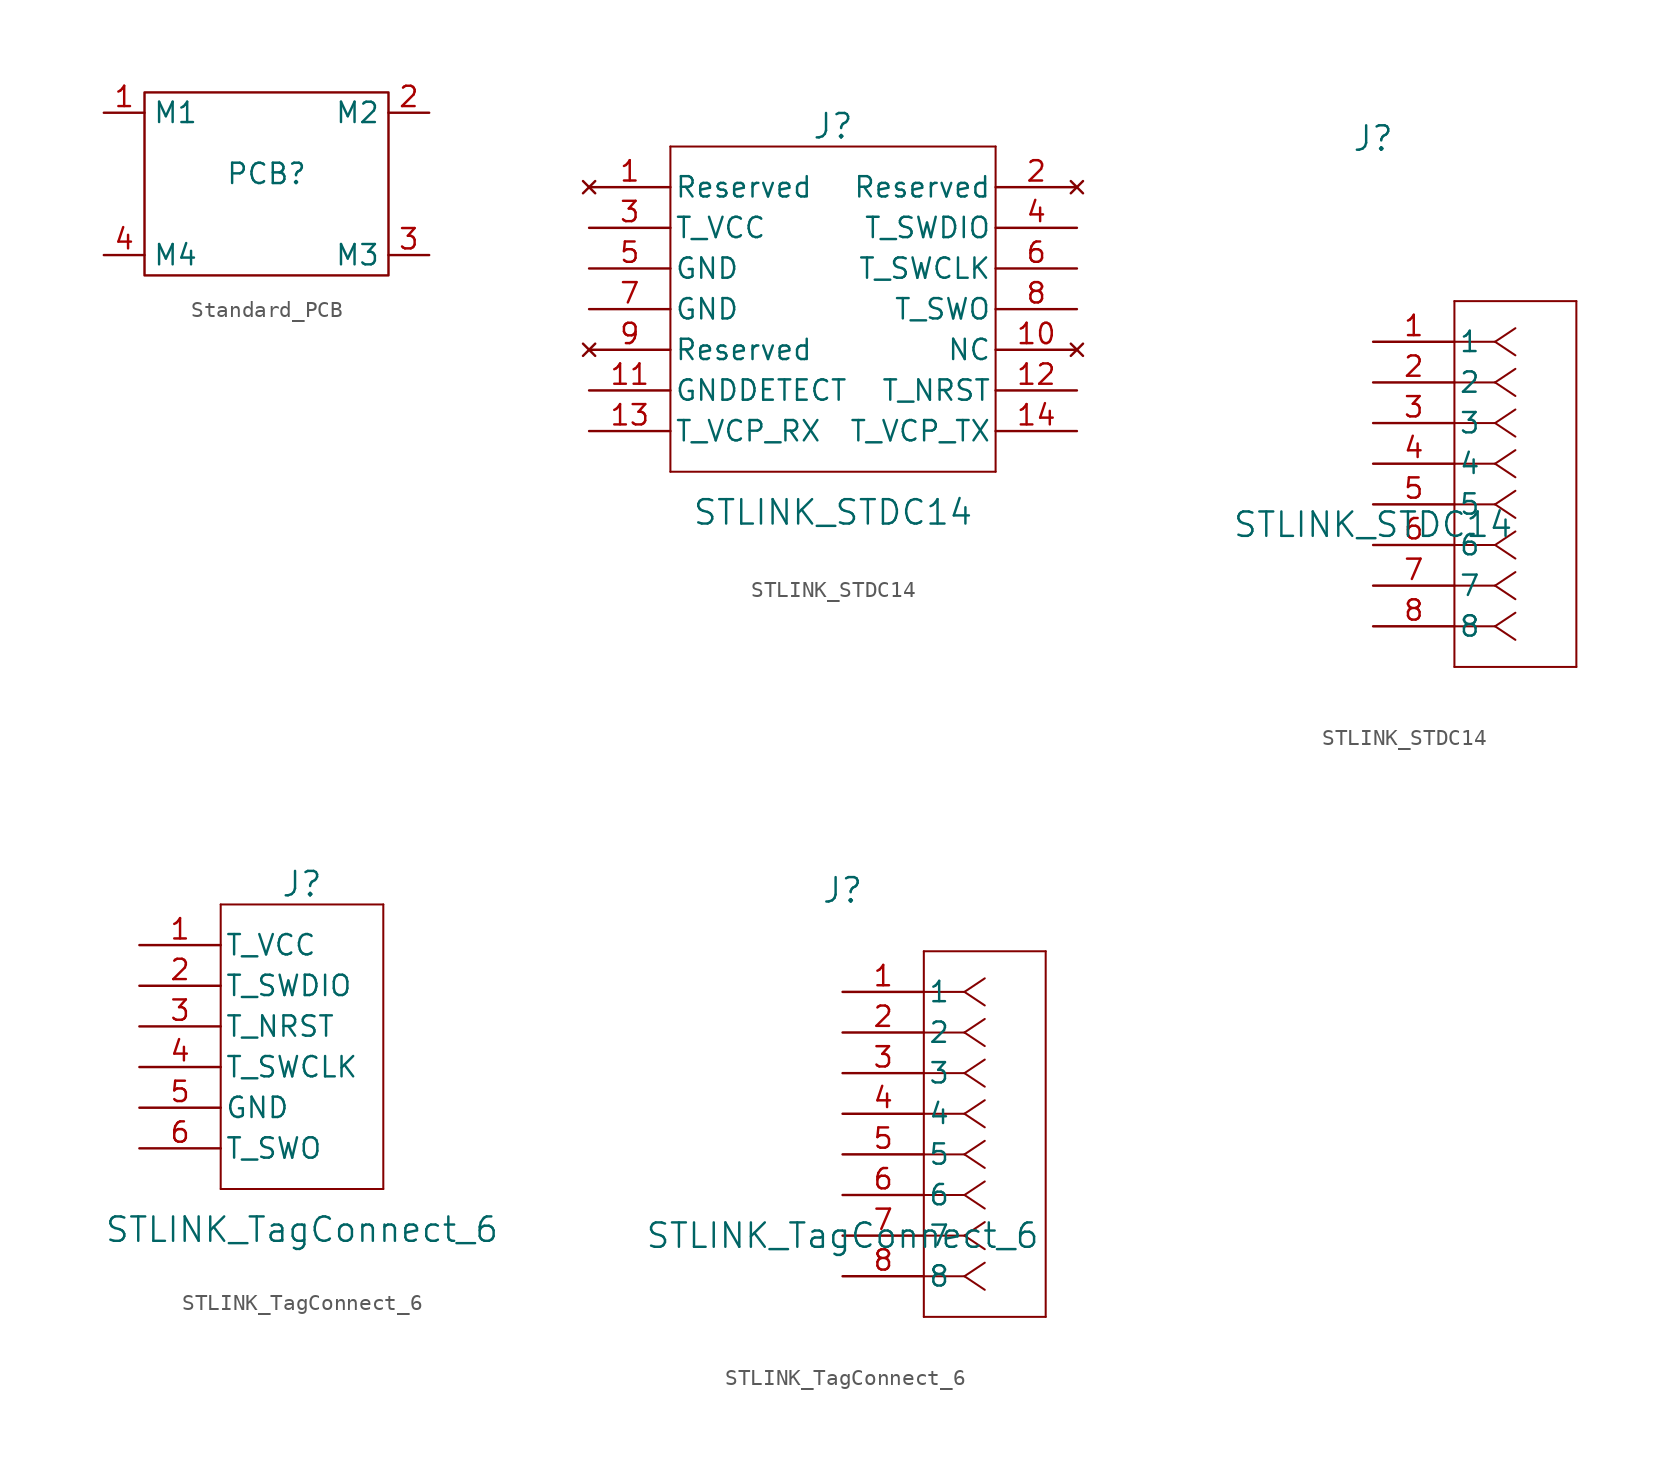
<source format=kicad_sym>
(kicad_symbol_lib
  (version 20220914)
  (generator kicad_symbol_editor)
  (symbol "Standard_PCB"
    (property "Reference" "PCB"
      (at 0 0 0)
      (effects (font (size 1.27 1.27))))
    (symbol "Standard_PCB_0_1"
      (rectangle (start -7.62 5.08) (end 7.62 -6.35) (stroke (width 0) (type default)) (fill (type none))))
    (symbol "Standard_PCB_1_1"
      (pin power_in line (at -10.16 3.81 0) (length 2.54) (name "M1" (effects (font (size 1.27 1.27)))) (number "1" (effects (font (size 1.27 1.27)))))
      (pin power_in line (at 10.16 3.81 180) (length 2.54) (name "M2" (effects (font (size 1.27 1.27)))) (number "2" (effects (font (size 1.27 1.27)))))
      (pin power_in line (at 10.16 -5.08 180) (length 2.54) (name "M3" (effects (font (size 1.27 1.27)))) (number "3" (effects (font (size 1.27 1.27)))))
      (pin power_in line (at -10.16 -5.08 0) (length 2.54) (name "M4" (effects (font (size 1.27 1.27)))) (number "4" (effects (font (size 1.27 1.27)))))))
  (symbol "STLINK_STDC14"
    (pin_names
      (offset 0.254))
    (property "Reference" "J"
      (at 0 12.7 0)
      (effects (font (size 1.524 1.524))))
    (property "Value" "STLINK_STDC14"
      (at 0 -11.43 0)
      (effects (font (size 1.524 1.524))))
    (symbol "STLINK_STDC14_1_1"
      (polyline (pts (xy -10.16 -8.89) (xy 10.16 -8.89)) (stroke (width 0.127) (type default)) (fill (type none)))
      (polyline (pts (xy -10.16 11.43) (xy -10.16 -8.89)) (stroke (width 0.127) (type default)) (fill (type none)))
      (polyline (pts (xy 10.16 -8.89) (xy 10.16 11.43)) (stroke (width 0.127) (type default)) (fill (type none)))
      (polyline (pts (xy 10.16 11.43) (xy -10.16 11.43)) (stroke (width 0.127) (type default)) (fill (type none)))
      (pin no_connect line (at -15.24 8.89 0) (length 5.08) (name "Reserved" (effects (font (size 1.27 1.27)))) (number "1" (effects (font (size 1.27 1.27)))))
      (pin no_connect line (at 15.24 -1.27 180) (length 5.08) (name "NC" (effects (font (size 1.27 1.27)))) (number "10" (effects (font (size 1.27 1.27)))))
      (pin input line (at -15.24 -3.81 0) (length 5.08) (name "GNDDETECT" (effects (font (size 1.27 1.27)))) (number "11" (effects (font (size 1.27 1.27)))))
      (pin input line (at 15.24 -3.81 180) (length 5.08) (name "T_NRST" (effects (font (size 1.27 1.27)))) (number "12" (effects (font (size 1.27 1.27)))))
      (pin input line (at -15.24 -6.35 0) (length 5.08) (name "T_VCP_RX" (effects (font (size 1.27 1.27)))) (number "13" (effects (font (size 1.27 1.27)))))
      (pin output line (at 15.24 -6.35 180) (length 5.08) (name "T_VCP_TX" (effects (font (size 1.27 1.27)))) (number "14" (effects (font (size 1.27 1.27)))))
      (pin no_connect line (at 15.24 8.89 180) (length 5.08) (name "Reserved" (effects (font (size 1.27 1.27)))) (number "2" (effects (font (size 1.27 1.27)))))
      (pin power_in line (at -15.24 6.35 0) (length 5.08) (name "T_VCC" (effects (font (size 1.27 1.27)))) (number "3" (effects (font (size 1.27 1.27)))))
      (pin bidirectional line (at 15.24 6.35 180) (length 5.08) (name "T_SWDIO" (effects (font (size 1.27 1.27)))) (number "4" (effects (font (size 1.27 1.27)))))
      (pin power_in line (at -15.24 3.81 0) (length 5.08) (name "GND" (effects (font (size 1.27 1.27)))) (number "5" (effects (font (size 1.27 1.27)))))
      (pin input line (at 15.24 3.81 180) (length 5.08) (name "T_SWCLK" (effects (font (size 1.27 1.27)))) (number "6" (effects (font (size 1.27 1.27)))))
      (pin power_in line (at -15.24 1.27 0) (length 5.08) (name "GND" (effects (font (size 1.27 1.27)))) (number "7" (effects (font (size 1.27 1.27)))))
      (pin output line (at 15.24 1.27 180) (length 5.08) (name "T_SWO" (effects (font (size 1.27 1.27)))) (number "8" (effects (font (size 1.27 1.27)))))
      (pin no_connect line (at -15.24 -1.27 0) (length 5.08) (name "Reserved" (effects (font (size 1.27 1.27)))) (number "9" (effects (font (size 1.27 1.27))))))
    (symbol "STLINK_STDC14_1_2"
      (polyline (pts (xy 5.08 -20.32) (xy 12.7 -20.32)) (stroke (width 0.127) (type default)) (fill (type none)))
      (polyline (pts (xy 5.08 2.54) (xy 5.08 -20.32)) (stroke (width 0.127) (type default)) (fill (type none)))
      (polyline (pts (xy 7.62 -17.78) (xy 5.08 -17.78)) (stroke (width 0.127) (type default)) (fill (type none)))
      (polyline (pts (xy 7.62 -17.78) (xy 8.89 -18.627)) (stroke (width 0.127) (type default)) (fill (type none)))
      (polyline (pts (xy 7.62 -17.78) (xy 8.89 -16.933)) (stroke (width 0.127) (type default)) (fill (type none)))
      (polyline (pts (xy 7.62 -15.24) (xy 5.08 -15.24)) (stroke (width 0.127) (type default)) (fill (type none)))
      (polyline (pts (xy 7.62 -15.24) (xy 8.89 -16.087)) (stroke (width 0.127) (type default)) (fill (type none)))
      (polyline (pts (xy 7.62 -15.24) (xy 8.89 -14.393)) (stroke (width 0.127) (type default)) (fill (type none)))
      (polyline (pts (xy 7.62 -12.7) (xy 5.08 -12.7)) (stroke (width 0.127) (type default)) (fill (type none)))
      (polyline (pts (xy 7.62 -12.7) (xy 8.89 -13.547)) (stroke (width 0.127) (type default)) (fill (type none)))
      (polyline (pts (xy 7.62 -12.7) (xy 8.89 -11.853)) (stroke (width 0.127) (type default)) (fill (type none)))
      (polyline (pts (xy 7.62 -10.16) (xy 5.08 -10.16)) (stroke (width 0.127) (type default)) (fill (type none)))
      (polyline (pts (xy 7.62 -10.16) (xy 8.89 -11.007)) (stroke (width 0.127) (type default)) (fill (type none)))
      (polyline (pts (xy 7.62 -10.16) (xy 8.89 -9.313)) (stroke (width 0.127) (type default)) (fill (type none)))
      (polyline (pts (xy 7.62 -7.62) (xy 5.08 -7.62)) (stroke (width 0.127) (type default)) (fill (type none)))
      (polyline (pts (xy 7.62 -7.62) (xy 8.89 -8.467)) (stroke (width 0.127) (type default)) (fill (type none)))
      (polyline (pts (xy 7.62 -7.62) (xy 8.89 -6.773)) (stroke (width 0.127) (type default)) (fill (type none)))
      (polyline (pts (xy 7.62 -5.08) (xy 5.08 -5.08)) (stroke (width 0.127) (type default)) (fill (type none)))
      (polyline (pts (xy 7.62 -5.08) (xy 8.89 -5.927)) (stroke (width 0.127) (type default)) (fill (type none)))
      (polyline (pts (xy 7.62 -5.08) (xy 8.89 -4.233)) (stroke (width 0.127) (type default)) (fill (type none)))
      (polyline (pts (xy 7.62 -2.54) (xy 5.08 -2.54)) (stroke (width 0.127) (type default)) (fill (type none)))
      (polyline (pts (xy 7.62 -2.54) (xy 8.89 -3.387)) (stroke (width 0.127) (type default)) (fill (type none)))
      (polyline (pts (xy 7.62 -2.54) (xy 8.89 -1.693)) (stroke (width 0.127) (type default)) (fill (type none)))
      (polyline (pts (xy 7.62 0) (xy 5.08 0)) (stroke (width 0.127) (type default)) (fill (type none)))
      (polyline (pts (xy 7.62 0) (xy 8.89 -0.847)) (stroke (width 0.127) (type default)) (fill (type none)))
      (polyline (pts (xy 7.62 0) (xy 8.89 0.847)) (stroke (width 0.127) (type default)) (fill (type none)))
      (polyline (pts (xy 12.7 -20.32) (xy 12.7 2.54)) (stroke (width 0.127) (type default)) (fill (type none)))
      (polyline (pts (xy 12.7 2.54) (xy 5.08 2.54)) (stroke (width 0.127) (type default)) (fill (type none)))
      (pin unspecified line (at 0 0 0) (length 5.08) (name "1" (effects (font (size 1.27 1.27)))) (number "1" (effects (font (size 1.27 1.27)))))
      (pin unspecified line (at 0 -2.54 0) (length 5.08) (name "2" (effects (font (size 1.27 1.27)))) (number "2" (effects (font (size 1.27 1.27)))))
      (pin unspecified line (at 0 -5.08 0) (length 5.08) (name "3" (effects (font (size 1.27 1.27)))) (number "3" (effects (font (size 1.27 1.27)))))
      (pin unspecified line (at 0 -7.62 0) (length 5.08) (name "4" (effects (font (size 1.27 1.27)))) (number "4" (effects (font (size 1.27 1.27)))))
      (pin unspecified line (at 0 -10.16 0) (length 5.08) (name "5" (effects (font (size 1.27 1.27)))) (number "5" (effects (font (size 1.27 1.27)))))
      (pin unspecified line (at 0 -12.7 0) (length 5.08) (name "6" (effects (font (size 1.27 1.27)))) (number "6" (effects (font (size 1.27 1.27)))))
      (pin unspecified line (at 0 -15.24 0) (length 5.08) (name "7" (effects (font (size 1.27 1.27)))) (number "7" (effects (font (size 1.27 1.27)))))
      (pin unspecified line (at 0 -17.78 0) (length 5.08) (name "8" (effects (font (size 1.27 1.27)))) (number "8" (effects (font (size 1.27 1.27)))))))
  (symbol "STLINK_TagConnect_6"
    (pin_names
      (offset 0.254))
    (property "Reference" "J"
      (at 0 6.35 0)
      (effects (font (size 1.524 1.524))))
    (property "Value" "STLINK_TagConnect_6"
      (at 0 -15.24 0)
      (effects (font (size 1.524 1.524))))
    (symbol "STLINK_TagConnect_6_1_1"
      (polyline (pts (xy -5.08 -12.7) (xy 5.08 -12.7)) (stroke (width 0.127) (type default)) (fill (type none)))
      (polyline (pts (xy -5.08 5.08) (xy -5.08 -12.7)) (stroke (width 0.127) (type default)) (fill (type none)))
      (polyline (pts (xy 5.08 -12.7) (xy 5.08 5.08)) (stroke (width 0.127) (type default)) (fill (type none)))
      (polyline (pts (xy 5.08 5.08) (xy -5.08 5.08)) (stroke (width 0.127) (type default)) (fill (type none)))
      (pin power_in line (at -10.16 2.54 0) (length 5.08) (name "T_VCC" (effects (font (size 1.27 1.27)))) (number "1" (effects (font (size 1.27 1.27)))))
      (pin bidirectional line (at -10.16 0 0) (length 5.08) (name "T_SWDIO" (effects (font (size 1.27 1.27)))) (number "2" (effects (font (size 1.27 1.27)))))
      (pin output line (at -10.16 -2.54 0) (length 5.08) (name "T_NRST" (effects (font (size 1.27 1.27)))) (number "3" (effects (font (size 1.27 1.27)))))
      (pin input line (at -10.16 -5.08 0) (length 5.08) (name "T_SWCLK" (effects (font (size 1.27 1.27)))) (number "4" (effects (font (size 1.27 1.27)))))
      (pin power_in line (at -10.16 -7.62 0) (length 5.08) (name "GND" (effects (font (size 1.27 1.27)))) (number "5" (effects (font (size 1.27 1.27)))))
      (pin output line (at -10.16 -10.16 0) (length 5.08) (name "T_SWO" (effects (font (size 1.27 1.27)))) (number "6" (effects (font (size 1.27 1.27))))))
    (symbol "STLINK_TagConnect_6_1_2"
      (polyline (pts (xy 5.08 -20.32) (xy 12.7 -20.32)) (stroke (width 0.127) (type default)) (fill (type none)))
      (polyline (pts (xy 5.08 2.54) (xy 5.08 -20.32)) (stroke (width 0.127) (type default)) (fill (type none)))
      (polyline (pts (xy 7.62 -17.78) (xy 5.08 -17.78)) (stroke (width 0.127) (type default)) (fill (type none)))
      (polyline (pts (xy 7.62 -17.78) (xy 8.89 -18.627)) (stroke (width 0.127) (type default)) (fill (type none)))
      (polyline (pts (xy 7.62 -17.78) (xy 8.89 -16.933)) (stroke (width 0.127) (type default)) (fill (type none)))
      (polyline (pts (xy 7.62 -15.24) (xy 5.08 -15.24)) (stroke (width 0.127) (type default)) (fill (type none)))
      (polyline (pts (xy 7.62 -15.24) (xy 8.89 -16.087)) (stroke (width 0.127) (type default)) (fill (type none)))
      (polyline (pts (xy 7.62 -15.24) (xy 8.89 -14.393)) (stroke (width 0.127) (type default)) (fill (type none)))
      (polyline (pts (xy 7.62 -12.7) (xy 5.08 -12.7)) (stroke (width 0.127) (type default)) (fill (type none)))
      (polyline (pts (xy 7.62 -12.7) (xy 8.89 -13.547)) (stroke (width 0.127) (type default)) (fill (type none)))
      (polyline (pts (xy 7.62 -12.7) (xy 8.89 -11.853)) (stroke (width 0.127) (type default)) (fill (type none)))
      (polyline (pts (xy 7.62 -10.16) (xy 5.08 -10.16)) (stroke (width 0.127) (type default)) (fill (type none)))
      (polyline (pts (xy 7.62 -10.16) (xy 8.89 -11.007)) (stroke (width 0.127) (type default)) (fill (type none)))
      (polyline (pts (xy 7.62 -10.16) (xy 8.89 -9.313)) (stroke (width 0.127) (type default)) (fill (type none)))
      (polyline (pts (xy 7.62 -7.62) (xy 5.08 -7.62)) (stroke (width 0.127) (type default)) (fill (type none)))
      (polyline (pts (xy 7.62 -7.62) (xy 8.89 -8.467)) (stroke (width 0.127) (type default)) (fill (type none)))
      (polyline (pts (xy 7.62 -7.62) (xy 8.89 -6.773)) (stroke (width 0.127) (type default)) (fill (type none)))
      (polyline (pts (xy 7.62 -5.08) (xy 5.08 -5.08)) (stroke (width 0.127) (type default)) (fill (type none)))
      (polyline (pts (xy 7.62 -5.08) (xy 8.89 -5.927)) (stroke (width 0.127) (type default)) (fill (type none)))
      (polyline (pts (xy 7.62 -5.08) (xy 8.89 -4.233)) (stroke (width 0.127) (type default)) (fill (type none)))
      (polyline (pts (xy 7.62 -2.54) (xy 5.08 -2.54)) (stroke (width 0.127) (type default)) (fill (type none)))
      (polyline (pts (xy 7.62 -2.54) (xy 8.89 -3.387)) (stroke (width 0.127) (type default)) (fill (type none)))
      (polyline (pts (xy 7.62 -2.54) (xy 8.89 -1.693)) (stroke (width 0.127) (type default)) (fill (type none)))
      (polyline (pts (xy 7.62 0) (xy 5.08 0)) (stroke (width 0.127) (type default)) (fill (type none)))
      (polyline (pts (xy 7.62 0) (xy 8.89 -0.847)) (stroke (width 0.127) (type default)) (fill (type none)))
      (polyline (pts (xy 7.62 0) (xy 8.89 0.847)) (stroke (width 0.127) (type default)) (fill (type none)))
      (polyline (pts (xy 12.7 -20.32) (xy 12.7 2.54)) (stroke (width 0.127) (type default)) (fill (type none)))
      (polyline (pts (xy 12.7 2.54) (xy 5.08 2.54)) (stroke (width 0.127) (type default)) (fill (type none)))
      (pin unspecified line (at 0 0 0) (length 5.08) (name "1" (effects (font (size 1.27 1.27)))) (number "1" (effects (font (size 1.27 1.27)))))
      (pin unspecified line (at 0 -2.54 0) (length 5.08) (name "2" (effects (font (size 1.27 1.27)))) (number "2" (effects (font (size 1.27 1.27)))))
      (pin unspecified line (at 0 -5.08 0) (length 5.08) (name "3" (effects (font (size 1.27 1.27)))) (number "3" (effects (font (size 1.27 1.27)))))
      (pin unspecified line (at 0 -7.62 0) (length 5.08) (name "4" (effects (font (size 1.27 1.27)))) (number "4" (effects (font (size 1.27 1.27)))))
      (pin unspecified line (at 0 -10.16 0) (length 5.08) (name "5" (effects (font (size 1.27 1.27)))) (number "5" (effects (font (size 1.27 1.27)))))
      (pin unspecified line (at 0 -12.7 0) (length 5.08) (name "6" (effects (font (size 1.27 1.27)))) (number "6" (effects (font (size 1.27 1.27)))))
      (pin unspecified line (at 0 -15.24 0) (length 5.08) (name "7" (effects (font (size 1.27 1.27)))) (number "7" (effects (font (size 1.27 1.27)))))
      (pin unspecified line (at 0 -17.78 0) (length 5.08) (name "8" (effects (font (size 1.27 1.27)))) (number "8" (effects (font (size 1.27 1.27))))))))
</source>
